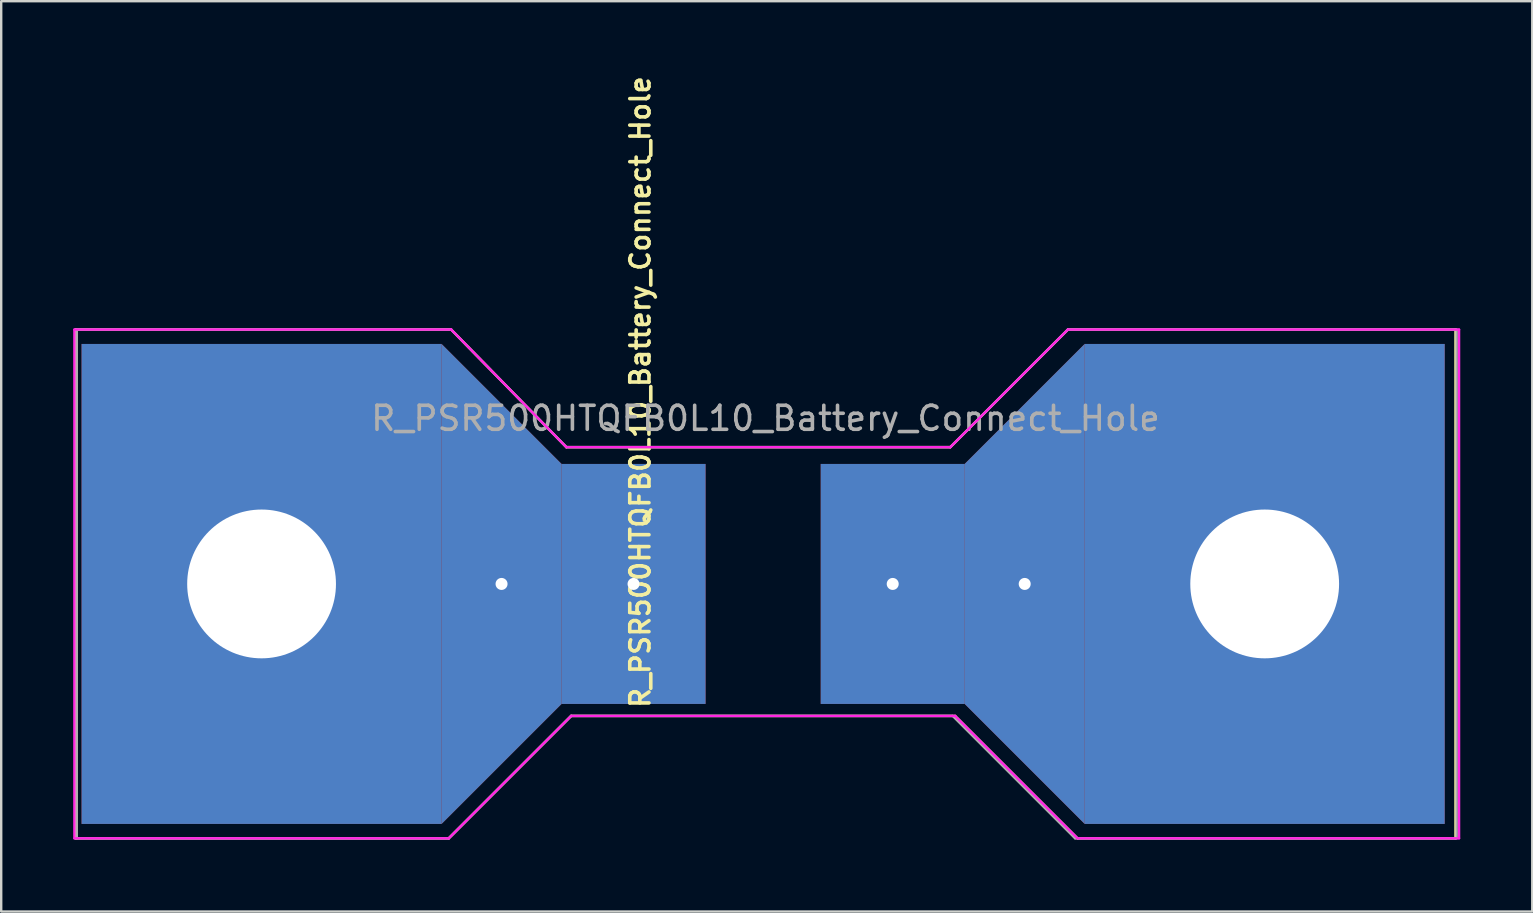
<source format=kicad_pcb>
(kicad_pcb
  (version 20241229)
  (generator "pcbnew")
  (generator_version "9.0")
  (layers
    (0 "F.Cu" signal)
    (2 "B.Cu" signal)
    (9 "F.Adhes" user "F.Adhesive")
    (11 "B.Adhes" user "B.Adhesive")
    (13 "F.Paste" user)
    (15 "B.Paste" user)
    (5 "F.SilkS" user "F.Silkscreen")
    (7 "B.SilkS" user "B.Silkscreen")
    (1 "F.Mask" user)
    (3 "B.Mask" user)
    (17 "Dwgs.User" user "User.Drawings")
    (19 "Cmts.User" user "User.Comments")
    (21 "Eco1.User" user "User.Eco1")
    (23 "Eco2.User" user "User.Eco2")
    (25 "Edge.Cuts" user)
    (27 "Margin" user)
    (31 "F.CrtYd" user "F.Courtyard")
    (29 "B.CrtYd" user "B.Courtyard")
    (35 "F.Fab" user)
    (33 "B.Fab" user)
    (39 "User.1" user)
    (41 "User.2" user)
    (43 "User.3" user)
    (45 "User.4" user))
  (footprint "R_PSR500HTQFB0L10_Battery_Connect_Hole"
    (layer "F.Cu")
    (at 28.75 21.283)
    (property "Reference" "R_PSR500HTQFB0L10_Battery_Connect_Hole" (at -5.12 -7.995 90) (layer "F.SilkS") (effects (font (size 0.8 0.8) (thickness 0.15))))
    (attr smd)
    (fp_line (start -28.65 -10.6) (end -13 -10.6) (stroke (width 0.1) (type default)) (layer "F.SilkS"))
    (fp_line (start -28.65 10.6) (end -28.65 -10.6) (stroke (width 0.1) (type default)) (layer "F.SilkS"))
    (fp_line (start -13.1 10.6) (end -28.65 10.6) (stroke (width 0.1) (type default)) (layer "F.SilkS"))
    (fp_line (start -13 -10.6) (end -8.2 -5.7) (stroke (width 0.1) (type default)) (layer "F.SilkS"))
    (fp_line (start -8.2 -5.7) (end 7.8 -5.7) (stroke (width 0.1) (type default)) (layer "F.SilkS"))
    (fp_line (start -8 5.5) (end -13.1 10.6) (stroke (width 0.1) (type default)) (layer "F.SilkS"))
    (fp_line (start 7.8 -5.7) (end 12.7 -10.6) (stroke (width 0.1) (type default)) (layer "F.SilkS"))
    (fp_line (start 8 5.5) (end -8 5.5) (stroke (width 0.1) (type default)) (layer "F.SilkS"))
    (fp_line (start 12.7 -10.6) (end 28.85 -10.6) (stroke (width 0.1) (type default)) (layer "F.SilkS"))
    (fp_line (start 13.1 10.6) (end 8 5.5) (stroke (width 0.1) (type default)) (layer "F.SilkS"))
    (fp_line (start 28.85 -10.6) (end 28.85 10.6) (stroke (width 0.1) (type default)) (layer "F.SilkS"))
    (fp_line (start 28.85 10.6) (end 13.1 10.6) (stroke (width 0.1) (type default)) (layer "F.SilkS"))
    (fp_line (start -28.7 -10.6) (end -13 -10.6) (stroke (width 0.1) (type default)) (layer "F.CrtYd"))
    (fp_line (start -28.7 10.6) (end -28.7 -10.6) (stroke (width 0.1) (type default)) (layer "F.CrtYd"))
    (fp_line (start -13.1 10.6) (end -28.7 10.6) (stroke (width 0.1) (type default)) (layer "F.CrtYd"))
    (fp_line (start -13 -10.6) (end -13 -10.6) (stroke (width 0.1) (type default)) (layer "F.CrtYd"))
    (fp_line (start -13 -10.6) (end -8.2 -5.7) (stroke (width 0.1) (type default)) (layer "F.CrtYd"))
    (fp_line (start -8.2 -5.7) (end 7.8 -5.7) (stroke (width 0.1) (type default)) (layer "F.CrtYd"))
    (fp_line (start -8 5.5) (end -13.1 10.6) (stroke (width 0.1) (type default)) (layer "F.CrtYd"))
    (fp_line (start 7.8 -5.7) (end 12.7 -10.6) (stroke (width 0.1) (type default)) (layer "F.CrtYd"))
    (fp_line (start 8 5.5) (end -8 5.5) (stroke (width 0.1) (type default)) (layer "F.CrtYd"))
    (fp_line (start 12.7 -10.6) (end 29 -10.6) (stroke (width 0.1) (type default)) (layer "F.CrtYd"))
    (fp_line (start 13.1 10.6) (end 8 5.5) (stroke (width 0.1) (type default)) (layer "F.CrtYd"))
    (fp_line (start 29 -10.6) (end 29 10.6) (stroke (width 0.1) (type default)) (layer "F.CrtYd"))
    (fp_line (start 29 10.6) (end 13.1 10.6) (stroke (width 0.1) (type default)) (layer "F.CrtYd"))
    (fp_line (start -28.6 -10.6) (end -13 -10.6) (stroke (width 0.1) (type default)) (layer "F.Fab"))
    (fp_line (start -28.6 10.6) (end -28.6 -10.6) (stroke (width 0.1) (type default)) (layer "F.Fab"))
    (fp_line (start -13.1 10.6) (end -28.6 10.6) (stroke (width 0.1) (type default)) (layer "F.Fab"))
    (fp_line (start -13 -10.6) (end -8.2 -5.7) (stroke (width 0.1) (type default)) (layer "F.Fab"))
    (fp_line (start -8.2 -5.7) (end 7.8 -5.7) (stroke (width 0.1) (type default)) (layer "F.Fab"))
    (fp_line (start -8 5.5) (end -13.1 10.6) (stroke (width 0.1) (type default)) (layer "F.Fab"))
    (fp_line (start 7.8 -5.7) (end 12.7 -10.6) (stroke (width 0.1) (type default)) (layer "F.Fab"))
    (fp_line (start 7.9 5.5) (end -8 5.5) (stroke (width 0.1) (type default)) (layer "F.Fab"))
    (fp_line (start 12.7 -10.6) (end 28.9 -10.6) (stroke (width 0.1) (type default)) (layer "F.Fab"))
    (fp_line (start 13 10.6) (end 7.9 5.5) (stroke (width 0.1) (type default)) (layer "F.Fab"))
    (fp_line (start 28.9 -10.6) (end 28.9 10.6) (stroke (width 0.1) (type default)) (layer "F.Fab"))
    (fp_line (start 28.9 10.6) (end 13 10.6) (stroke (width 0.1) (type default)) (layer "F.Fab"))
    (fp_text user "${REFERENCE}" (at 0.1 -6.9 0) (layer "F.Fab") (effects (font (size 1 1) (thickness 0.15))))
    (pad "1" thru_hole rect (at -20.9 0 270) (size 20 15) (drill 6.2) (layers "*.Cu" "*.Mask"))
    (pad "1" thru_hole trapezoid (at -10.9 0 270) (size 15 5) (rect_delta 0 5) (drill 0.5) (layers "*.Cu" "*.Mask"))
    (pad "1" thru_hole rect (at -5.4 0) (size 6 10) (drill 0.5) (layers "*.Cu" "*.Mask"))
    (pad "2" thru_hole rect (at 5.4 0) (size 6 10) (drill 0.5) (layers "*.Cu" "*.Mask"))
    (pad "2" thru_hole trapezoid (at 10.9 0 90) (size 15 5) (rect_delta 0 5) (drill 0.5) (layers "*.Cu" "*.Mask"))
    (pad "2" thru_hole rect (at 20.9 0 90) (size 20 15) (drill 6.2) (layers "*.Cu" "*.Mask")))
  (gr_rect
    (start -3 -3)
    (end 60.8 34.933)
    (stroke (width 0.1) (type default))
    (fill no)
    (layer "Edge.Cuts")))
</source>
